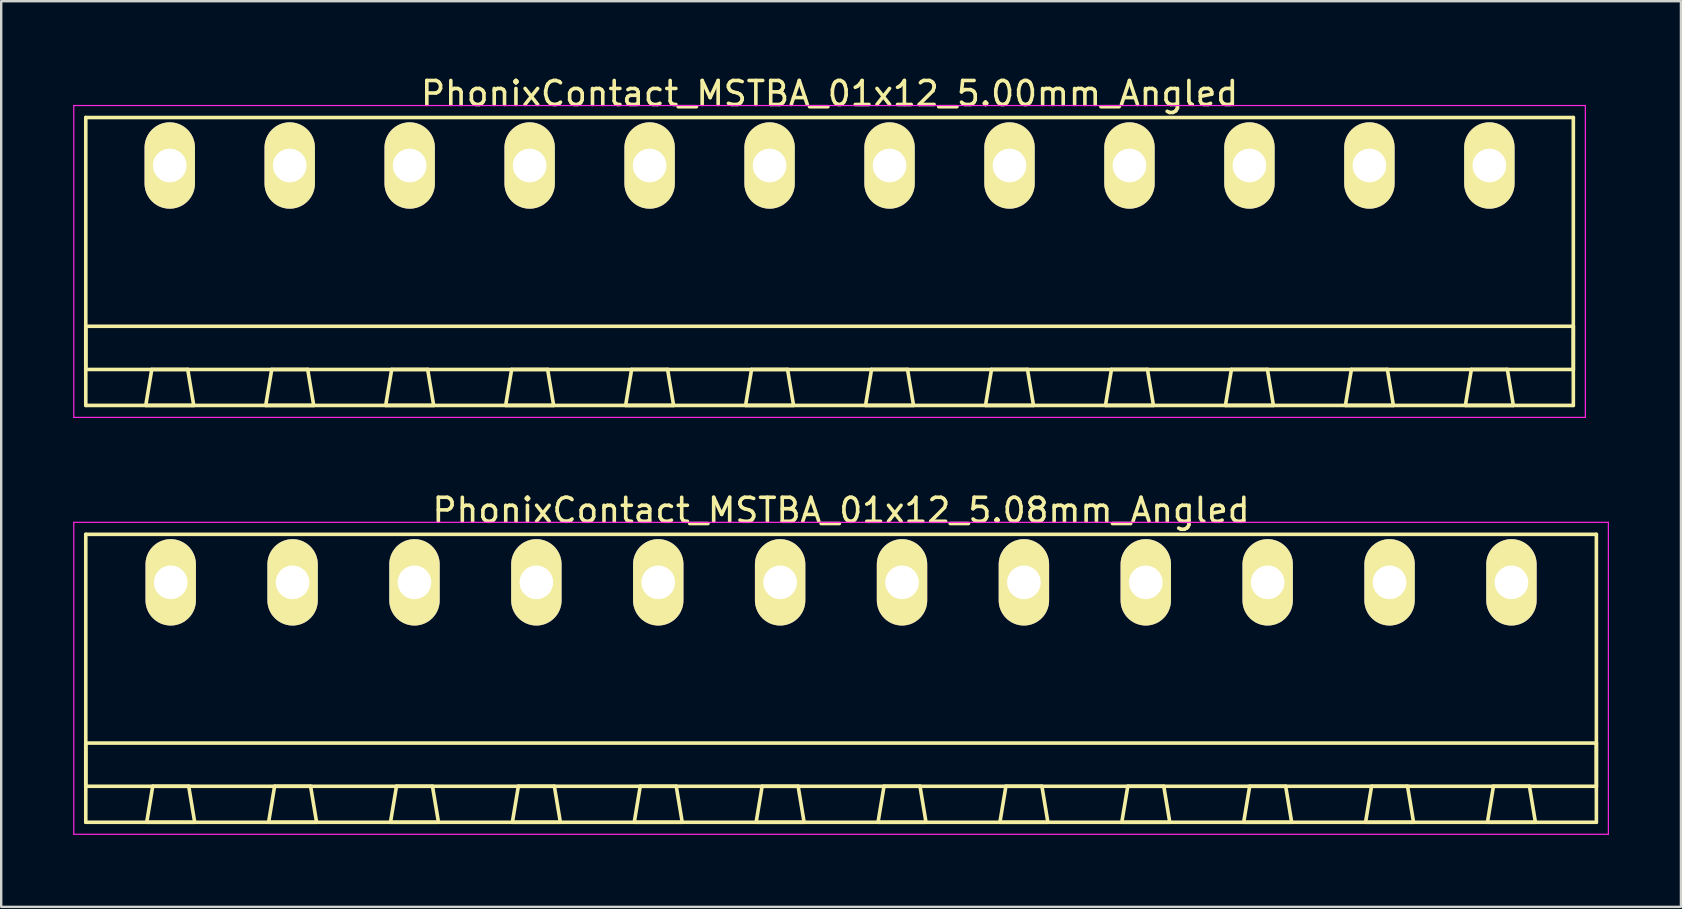
<source format=kicad_pcb>
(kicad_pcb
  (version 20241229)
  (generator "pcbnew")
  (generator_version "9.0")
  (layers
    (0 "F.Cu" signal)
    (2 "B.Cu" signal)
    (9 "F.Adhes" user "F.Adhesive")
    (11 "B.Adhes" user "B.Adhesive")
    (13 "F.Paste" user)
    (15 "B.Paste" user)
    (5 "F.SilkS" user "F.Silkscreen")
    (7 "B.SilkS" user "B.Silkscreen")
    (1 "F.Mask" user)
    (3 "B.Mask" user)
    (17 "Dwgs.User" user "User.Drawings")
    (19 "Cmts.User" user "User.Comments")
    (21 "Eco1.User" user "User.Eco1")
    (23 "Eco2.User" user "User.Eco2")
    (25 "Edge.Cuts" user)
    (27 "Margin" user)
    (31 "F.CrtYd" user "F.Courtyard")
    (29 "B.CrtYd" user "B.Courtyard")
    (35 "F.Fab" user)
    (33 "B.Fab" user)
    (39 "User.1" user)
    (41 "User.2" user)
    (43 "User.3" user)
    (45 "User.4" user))
  (footprint "PhonixContact_MSTBA_01x12_5.00mm_Angled"
    (layer "F.Cu")
    (at 4.025 3.848)
    (property "Reference" "PhonixContact_MSTBA_01x12_5.00mm_Angled" (at 27.5 -3 0) (layer "F.SilkS") (effects (font (size 1 1) (thickness 0.15))))
    (attr through_hole)
    (fp_line (start -3.5 -2) (end -3.5 10) (stroke (width 0.15) (type solid)) (layer "F.SilkS"))
    (fp_line (start -3.5 6.7) (end 58.5 6.7) (stroke (width 0.15) (type solid)) (layer "F.SilkS"))
    (fp_line (start -3.5 8.5) (end -3.5 6.7) (stroke (width 0.15) (type solid)) (layer "F.SilkS"))
    (fp_line (start -3.5 10) (end 58.5 10) (stroke (width 0.15) (type solid)) (layer "F.SilkS"))
    (fp_line (start -1 10) (end 1 10) (stroke (width 0.15) (type solid)) (layer "F.SilkS"))
    (fp_line (start -0.75 8.5) (end -1 10) (stroke (width 0.15) (type solid)) (layer "F.SilkS"))
    (fp_line (start 0.75 8.5) (end -0.75 8.5) (stroke (width 0.15) (type solid)) (layer "F.SilkS"))
    (fp_line (start 1 10) (end 0.75 8.5) (stroke (width 0.15) (type solid)) (layer "F.SilkS"))
    (fp_line (start 4 10) (end 6 10) (stroke (width 0.15) (type solid)) (layer "F.SilkS"))
    (fp_line (start 4.25 8.5) (end 4 10) (stroke (width 0.15) (type solid)) (layer "F.SilkS"))
    (fp_line (start 5.75 8.5) (end 4.25 8.5) (stroke (width 0.15) (type solid)) (layer "F.SilkS"))
    (fp_line (start 6 10) (end 5.75 8.5) (stroke (width 0.15) (type solid)) (layer "F.SilkS"))
    (fp_line (start 9 10) (end 11 10) (stroke (width 0.15) (type solid)) (layer "F.SilkS"))
    (fp_line (start 9.25 8.5) (end 9 10) (stroke (width 0.15) (type solid)) (layer "F.SilkS"))
    (fp_line (start 10.75 8.5) (end 9.25 8.5) (stroke (width 0.15) (type solid)) (layer "F.SilkS"))
    (fp_line (start 11 10) (end 10.75 8.5) (stroke (width 0.15) (type solid)) (layer "F.SilkS"))
    (fp_line (start 14 10) (end 16 10) (stroke (width 0.15) (type solid)) (layer "F.SilkS"))
    (fp_line (start 14.25 8.5) (end 14 10) (stroke (width 0.15) (type solid)) (layer "F.SilkS"))
    (fp_line (start 15.75 8.5) (end 14.25 8.5) (stroke (width 0.15) (type solid)) (layer "F.SilkS"))
    (fp_line (start 16 10) (end 15.75 8.5) (stroke (width 0.15) (type solid)) (layer "F.SilkS"))
    (fp_line (start 19 10) (end 21 10) (stroke (width 0.15) (type solid)) (layer "F.SilkS"))
    (fp_line (start 19.25 8.5) (end 19 10) (stroke (width 0.15) (type solid)) (layer "F.SilkS"))
    (fp_line (start 20.75 8.5) (end 19.25 8.5) (stroke (width 0.15) (type solid)) (layer "F.SilkS"))
    (fp_line (start 21 10) (end 20.75 8.5) (stroke (width 0.15) (type solid)) (layer "F.SilkS"))
    (fp_line (start 24 10) (end 26 10) (stroke (width 0.15) (type solid)) (layer "F.SilkS"))
    (fp_line (start 24.25 8.5) (end 24 10) (stroke (width 0.15) (type solid)) (layer "F.SilkS"))
    (fp_line (start 25.75 8.5) (end 24.25 8.5) (stroke (width 0.15) (type solid)) (layer "F.SilkS"))
    (fp_line (start 26 10) (end 25.75 8.5) (stroke (width 0.15) (type solid)) (layer "F.SilkS"))
    (fp_line (start 29 10) (end 31 10) (stroke (width 0.15) (type solid)) (layer "F.SilkS"))
    (fp_line (start 29.25 8.5) (end 29 10) (stroke (width 0.15) (type solid)) (layer "F.SilkS"))
    (fp_line (start 30.75 8.5) (end 29.25 8.5) (stroke (width 0.15) (type solid)) (layer "F.SilkS"))
    (fp_line (start 31 10) (end 30.75 8.5) (stroke (width 0.15) (type solid)) (layer "F.SilkS"))
    (fp_line (start 34 10) (end 36 10) (stroke (width 0.15) (type solid)) (layer "F.SilkS"))
    (fp_line (start 34.25 8.5) (end 34 10) (stroke (width 0.15) (type solid)) (layer "F.SilkS"))
    (fp_line (start 35.75 8.5) (end 34.25 8.5) (stroke (width 0.15) (type solid)) (layer "F.SilkS"))
    (fp_line (start 36 10) (end 35.75 8.5) (stroke (width 0.15) (type solid)) (layer "F.SilkS"))
    (fp_line (start 39 10) (end 41 10) (stroke (width 0.15) (type solid)) (layer "F.SilkS"))
    (fp_line (start 39.25 8.5) (end 39 10) (stroke (width 0.15) (type solid)) (layer "F.SilkS"))
    (fp_line (start 40.75 8.5) (end 39.25 8.5) (stroke (width 0.15) (type solid)) (layer "F.SilkS"))
    (fp_line (start 41 10) (end 40.75 8.5) (stroke (width 0.15) (type solid)) (layer "F.SilkS"))
    (fp_line (start 44 10) (end 46 10) (stroke (width 0.15) (type solid)) (layer "F.SilkS"))
    (fp_line (start 44.25 8.5) (end 44 10) (stroke (width 0.15) (type solid)) (layer "F.SilkS"))
    (fp_line (start 45.75 8.5) (end 44.25 8.5) (stroke (width 0.15) (type solid)) (layer "F.SilkS"))
    (fp_line (start 46 10) (end 45.75 8.5) (stroke (width 0.15) (type solid)) (layer "F.SilkS"))
    (fp_line (start 49 10) (end 51 10) (stroke (width 0.15) (type solid)) (layer "F.SilkS"))
    (fp_line (start 49.25 8.5) (end 49 10) (stroke (width 0.15) (type solid)) (layer "F.SilkS"))
    (fp_line (start 50.75 8.5) (end 49.25 8.5) (stroke (width 0.15) (type solid)) (layer "F.SilkS"))
    (fp_line (start 51 10) (end 50.75 8.5) (stroke (width 0.15) (type solid)) (layer "F.SilkS"))
    (fp_line (start 54 10) (end 56 10) (stroke (width 0.15) (type solid)) (layer "F.SilkS"))
    (fp_line (start 54.25 8.5) (end 54 10) (stroke (width 0.15) (type solid)) (layer "F.SilkS"))
    (fp_line (start 55.75 8.5) (end 54.25 8.5) (stroke (width 0.15) (type solid)) (layer "F.SilkS"))
    (fp_line (start 56 10) (end 55.75 8.5) (stroke (width 0.15) (type solid)) (layer "F.SilkS"))
    (fp_line (start 58.5 -2) (end -3.5 -2) (stroke (width 0.15) (type solid)) (layer "F.SilkS"))
    (fp_line (start 58.5 6.7) (end 58.5 8.5) (stroke (width 0.15) (type solid)) (layer "F.SilkS"))
    (fp_line (start 58.5 8.5) (end -3.5 8.5) (stroke (width 0.15) (type solid)) (layer "F.SilkS"))
    (fp_line (start 58.5 10) (end 58.5 -2) (stroke (width 0.15) (type solid)) (layer "F.SilkS"))
    (fp_line (start -4 -2.5) (end -4 10.5) (stroke (width 0.05) (type solid)) (layer "F.CrtYd"))
    (fp_line (start -4 10.5) (end 59 10.5) (stroke (width 0.05) (type solid)) (layer "F.CrtYd"))
    (fp_line (start 59 -2.5) (end -4 -2.5) (stroke (width 0.05) (type solid)) (layer "F.CrtYd"))
    (fp_line (start 59 10.5) (end 59 -2.5) (stroke (width 0.05) (type solid)) (layer "F.CrtYd"))
    (pad "1" thru_hole oval (at 0 0) (size 2.1 3.6) (drill 1.4) (layers "*.Cu" "*.Mask" "F.SilkS"))
    (pad "2" thru_hole oval (at 5 0) (size 2.1 3.6) (drill 1.4) (layers "*.Cu" "*.Mask" "F.SilkS"))
    (pad "3" thru_hole oval (at 10 0) (size 2.1 3.6) (drill 1.4) (layers "*.Cu" "*.Mask" "F.SilkS"))
    (pad "4" thru_hole oval (at 15 0) (size 2.1 3.6) (drill 1.4) (layers "*.Cu" "*.Mask" "F.SilkS"))
    (pad "5" thru_hole oval (at 20 0) (size 2.1 3.6) (drill 1.4) (layers "*.Cu" "*.Mask" "F.SilkS"))
    (pad "6" thru_hole oval (at 25 0) (size 2.1 3.6) (drill 1.4) (layers "*.Cu" "*.Mask" "F.SilkS"))
    (pad "7" thru_hole oval (at 30 0) (size 2.1 3.6) (drill 1.4) (layers "*.Cu" "*.Mask" "F.SilkS"))
    (pad "8" thru_hole oval (at 35 0) (size 2.1 3.6) (drill 1.4) (layers "*.Cu" "*.Mask" "F.SilkS"))
    (pad "9" thru_hole oval (at 40 0) (size 2.1 3.6) (drill 1.4) (layers "*.Cu" "*.Mask" "F.SilkS"))
    (pad "10" thru_hole oval (at 45 0) (size 2.1 3.6) (drill 1.4) (layers "*.Cu" "*.Mask" "F.SilkS"))
    (pad "11" thru_hole oval (at 50 0) (size 2.1 3.6) (drill 1.4) (layers "*.Cu" "*.Mask" "F.SilkS"))
    (pad "12" thru_hole oval (at 55 0) (size 2.1 3.6) (drill 1.4) (layers "*.Cu" "*.Mask" "F.SilkS")))
  (footprint "PhonixContact_MSTBA_01x12_5.08mm_Angled"
    (layer "F.Cu")
    (at 4.065 21.221)
    (property "Reference" "PhonixContact_MSTBA_01x12_5.08mm_Angled" (at 27.94 -3 0) (layer "F.SilkS") (effects (font (size 1 1) (thickness 0.15))))
    (attr through_hole)
    (fp_line (start -3.54 -2) (end -3.54 10) (stroke (width 0.15) (type solid)) (layer "F.SilkS"))
    (fp_line (start -3.54 6.7) (end 59.42 6.7) (stroke (width 0.15) (type solid)) (layer "F.SilkS"))
    (fp_line (start -3.54 8.5) (end -3.54 6.7) (stroke (width 0.15) (type solid)) (layer "F.SilkS"))
    (fp_line (start -3.54 10) (end 59.42 10) (stroke (width 0.15) (type solid)) (layer "F.SilkS"))
    (fp_line (start -1 10) (end 1 10) (stroke (width 0.15) (type solid)) (layer "F.SilkS"))
    (fp_line (start -0.75 8.5) (end -1 10) (stroke (width 0.15) (type solid)) (layer "F.SilkS"))
    (fp_line (start 0.75 8.5) (end -0.75 8.5) (stroke (width 0.15) (type solid)) (layer "F.SilkS"))
    (fp_line (start 1 10) (end 0.75 8.5) (stroke (width 0.15) (type solid)) (layer "F.SilkS"))
    (fp_line (start 4.08 10) (end 6.08 10) (stroke (width 0.15) (type solid)) (layer "F.SilkS"))
    (fp_line (start 4.33 8.5) (end 4.08 10) (stroke (width 0.15) (type solid)) (layer "F.SilkS"))
    (fp_line (start 5.83 8.5) (end 4.33 8.5) (stroke (width 0.15) (type solid)) (layer "F.SilkS"))
    (fp_line (start 6.08 10) (end 5.83 8.5) (stroke (width 0.15) (type solid)) (layer "F.SilkS"))
    (fp_line (start 9.16 10) (end 11.16 10) (stroke (width 0.15) (type solid)) (layer "F.SilkS"))
    (fp_line (start 9.41 8.5) (end 9.16 10) (stroke (width 0.15) (type solid)) (layer "F.SilkS"))
    (fp_line (start 10.91 8.5) (end 9.41 8.5) (stroke (width 0.15) (type solid)) (layer "F.SilkS"))
    (fp_line (start 11.16 10) (end 10.91 8.5) (stroke (width 0.15) (type solid)) (layer "F.SilkS"))
    (fp_line (start 14.24 10) (end 16.24 10) (stroke (width 0.15) (type solid)) (layer "F.SilkS"))
    (fp_line (start 14.49 8.5) (end 14.24 10) (stroke (width 0.15) (type solid)) (layer "F.SilkS"))
    (fp_line (start 15.99 8.5) (end 14.49 8.5) (stroke (width 0.15) (type solid)) (layer "F.SilkS"))
    (fp_line (start 16.24 10) (end 15.99 8.5) (stroke (width 0.15) (type solid)) (layer "F.SilkS"))
    (fp_line (start 19.32 10) (end 21.32 10) (stroke (width 0.15) (type solid)) (layer "F.SilkS"))
    (fp_line (start 19.57 8.5) (end 19.32 10) (stroke (width 0.15) (type solid)) (layer "F.SilkS"))
    (fp_line (start 21.07 8.5) (end 19.57 8.5) (stroke (width 0.15) (type solid)) (layer "F.SilkS"))
    (fp_line (start 21.32 10) (end 21.07 8.5) (stroke (width 0.15) (type solid)) (layer "F.SilkS"))
    (fp_line (start 24.4 10) (end 26.4 10) (stroke (width 0.15) (type solid)) (layer "F.SilkS"))
    (fp_line (start 24.65 8.5) (end 24.4 10) (stroke (width 0.15) (type solid)) (layer "F.SilkS"))
    (fp_line (start 26.15 8.5) (end 24.65 8.5) (stroke (width 0.15) (type solid)) (layer "F.SilkS"))
    (fp_line (start 26.4 10) (end 26.15 8.5) (stroke (width 0.15) (type solid)) (layer "F.SilkS"))
    (fp_line (start 29.48 10) (end 31.48 10) (stroke (width 0.15) (type solid)) (layer "F.SilkS"))
    (fp_line (start 29.73 8.5) (end 29.48 10) (stroke (width 0.15) (type solid)) (layer "F.SilkS"))
    (fp_line (start 31.23 8.5) (end 29.73 8.5) (stroke (width 0.15) (type solid)) (layer "F.SilkS"))
    (fp_line (start 31.48 10) (end 31.23 8.5) (stroke (width 0.15) (type solid)) (layer "F.SilkS"))
    (fp_line (start 34.56 10) (end 36.56 10) (stroke (width 0.15) (type solid)) (layer "F.SilkS"))
    (fp_line (start 34.81 8.5) (end 34.56 10) (stroke (width 0.15) (type solid)) (layer "F.SilkS"))
    (fp_line (start 36.31 8.5) (end 34.81 8.5) (stroke (width 0.15) (type solid)) (layer "F.SilkS"))
    (fp_line (start 36.56 10) (end 36.31 8.5) (stroke (width 0.15) (type solid)) (layer "F.SilkS"))
    (fp_line (start 39.64 10) (end 41.64 10) (stroke (width 0.15) (type solid)) (layer "F.SilkS"))
    (fp_line (start 39.89 8.5) (end 39.64 10) (stroke (width 0.15) (type solid)) (layer "F.SilkS"))
    (fp_line (start 41.39 8.5) (end 39.89 8.5) (stroke (width 0.15) (type solid)) (layer "F.SilkS"))
    (fp_line (start 41.64 10) (end 41.39 8.5) (stroke (width 0.15) (type solid)) (layer "F.SilkS"))
    (fp_line (start 44.72 10) (end 46.72 10) (stroke (width 0.15) (type solid)) (layer "F.SilkS"))
    (fp_line (start 44.97 8.5) (end 44.72 10) (stroke (width 0.15) (type solid)) (layer "F.SilkS"))
    (fp_line (start 46.47 8.5) (end 44.97 8.5) (stroke (width 0.15) (type solid)) (layer "F.SilkS"))
    (fp_line (start 46.72 10) (end 46.47 8.5) (stroke (width 0.15) (type solid)) (layer "F.SilkS"))
    (fp_line (start 49.8 10) (end 51.8 10) (stroke (width 0.15) (type solid)) (layer "F.SilkS"))
    (fp_line (start 50.05 8.5) (end 49.8 10) (stroke (width 0.15) (type solid)) (layer "F.SilkS"))
    (fp_line (start 51.55 8.5) (end 50.05 8.5) (stroke (width 0.15) (type solid)) (layer "F.SilkS"))
    (fp_line (start 51.8 10) (end 51.55 8.5) (stroke (width 0.15) (type solid)) (layer "F.SilkS"))
    (fp_line (start 54.88 10) (end 56.88 10) (stroke (width 0.15) (type solid)) (layer "F.SilkS"))
    (fp_line (start 55.13 8.5) (end 54.88 10) (stroke (width 0.15) (type solid)) (layer "F.SilkS"))
    (fp_line (start 56.63 8.5) (end 55.13 8.5) (stroke (width 0.15) (type solid)) (layer "F.SilkS"))
    (fp_line (start 56.88 10) (end 56.63 8.5) (stroke (width 0.15) (type solid)) (layer "F.SilkS"))
    (fp_line (start 59.42 -2) (end -3.54 -2) (stroke (width 0.15) (type solid)) (layer "F.SilkS"))
    (fp_line (start 59.42 6.7) (end 59.42 8.5) (stroke (width 0.15) (type solid)) (layer "F.SilkS"))
    (fp_line (start 59.42 8.5) (end -3.54 8.5) (stroke (width 0.15) (type solid)) (layer "F.SilkS"))
    (fp_line (start 59.42 10) (end 59.42 -2) (stroke (width 0.15) (type solid)) (layer "F.SilkS"))
    (fp_line (start -4.04 -2.5) (end -4.04 10.5) (stroke (width 0.05) (type solid)) (layer "F.CrtYd"))
    (fp_line (start -4.04 10.5) (end 59.92 10.5) (stroke (width 0.05) (type solid)) (layer "F.CrtYd"))
    (fp_line (start 59.92 -2.5) (end -4.04 -2.5) (stroke (width 0.05) (type solid)) (layer "F.CrtYd"))
    (fp_line (start 59.92 10.5) (end 59.92 -2.5) (stroke (width 0.05) (type solid)) (layer "F.CrtYd"))
    (pad "1" thru_hole oval (at 0 0) (size 2.1 3.6) (drill 1.4) (layers "*.Cu" "*.Mask" "F.SilkS"))
    (pad "2" thru_hole oval (at 5.08 0) (size 2.1 3.6) (drill 1.4) (layers "*.Cu" "*.Mask" "F.SilkS"))
    (pad "3" thru_hole oval (at 10.16 0) (size 2.1 3.6) (drill 1.4) (layers "*.Cu" "*.Mask" "F.SilkS"))
    (pad "4" thru_hole oval (at 15.24 0) (size 2.1 3.6) (drill 1.4) (layers "*.Cu" "*.Mask" "F.SilkS"))
    (pad "5" thru_hole oval (at 20.32 0) (size 2.1 3.6) (drill 1.4) (layers "*.Cu" "*.Mask" "F.SilkS"))
    (pad "6" thru_hole oval (at 25.4 0) (size 2.1 3.6) (drill 1.4) (layers "*.Cu" "*.Mask" "F.SilkS"))
    (pad "7" thru_hole oval (at 30.48 0) (size 2.1 3.6) (drill 1.4) (layers "*.Cu" "*.Mask" "F.SilkS"))
    (pad "8" thru_hole oval (at 35.56 0) (size 2.1 3.6) (drill 1.4) (layers "*.Cu" "*.Mask" "F.SilkS"))
    (pad "9" thru_hole oval (at 40.64 0) (size 2.1 3.6) (drill 1.4) (layers "*.Cu" "*.Mask" "F.SilkS"))
    (pad "10" thru_hole oval (at 45.72 0) (size 2.1 3.6) (drill 1.4) (layers "*.Cu" "*.Mask" "F.SilkS"))
    (pad "11" thru_hole oval (at 50.8 0) (size 2.1 3.6) (drill 1.4) (layers "*.Cu" "*.Mask" "F.SilkS"))
    (pad "12" thru_hole oval (at 55.88 0) (size 2.1 3.6) (drill 1.4) (layers "*.Cu" "*.Mask" "F.SilkS")))
  (gr_rect
    (start -3 -3)
    (end 67.01 34.746)
    (stroke (width 0.1) (type default))
    (fill no)
    (layer "Edge.Cuts")))
</source>
